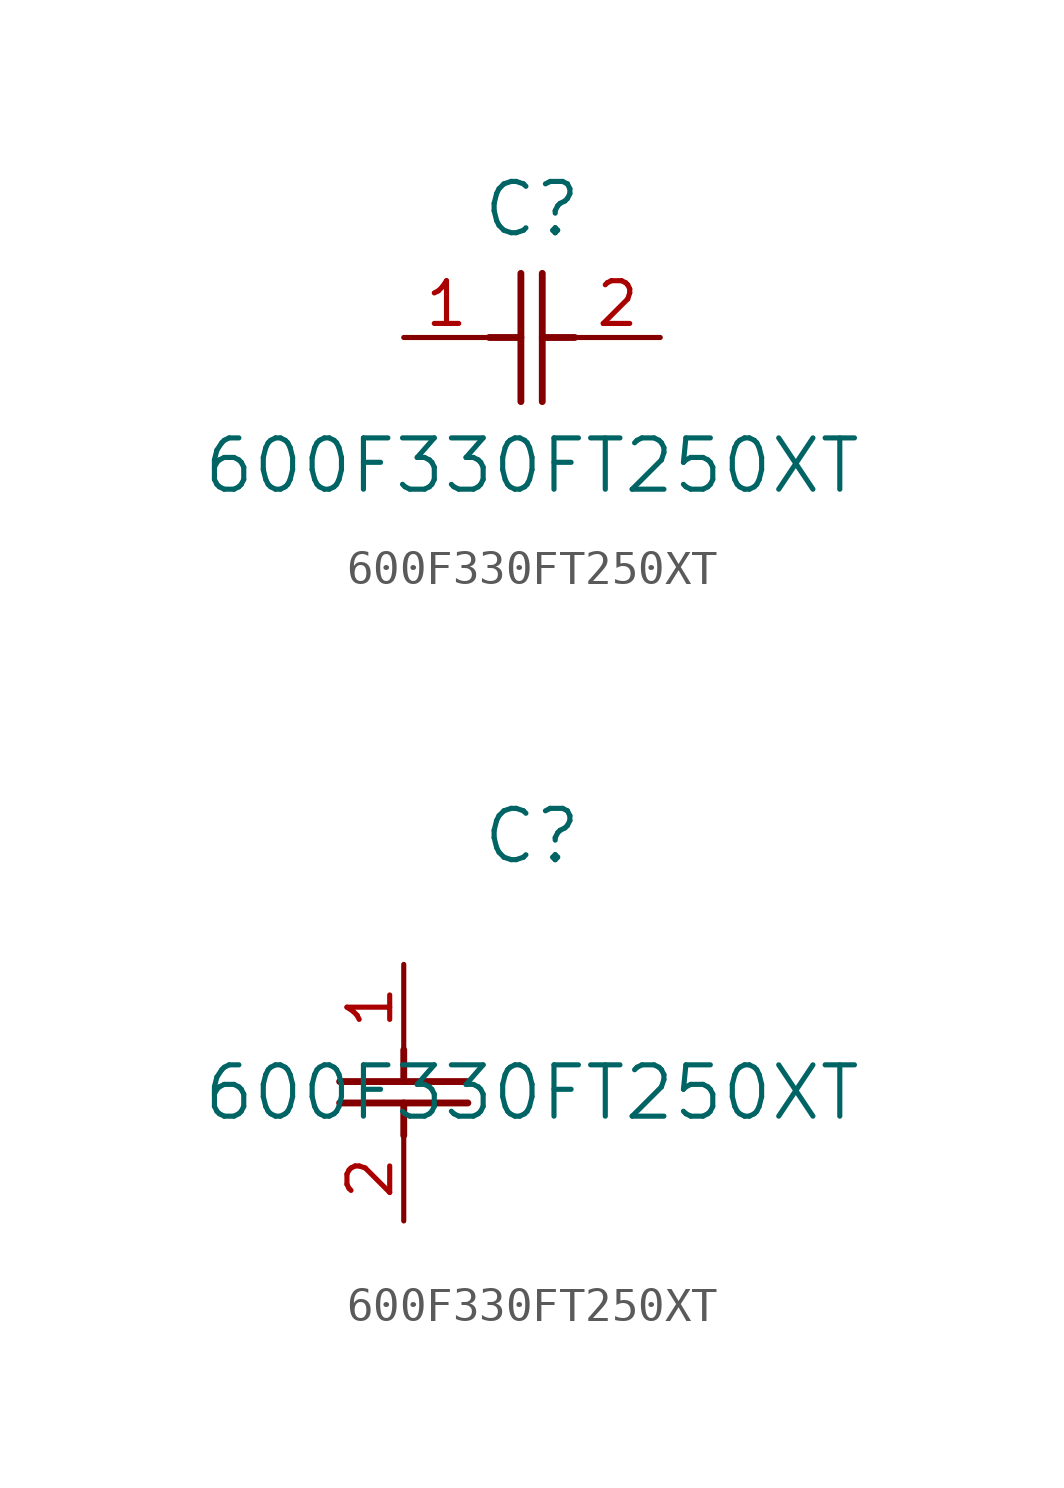
<source format=kicad_sym>
(kicad_symbol_lib
  (version 20211014)
  (generator kicad_symbol_editor)
  (symbol "600F330FT250XT"
    (pin_names
      (offset 0.254))
    (property "Reference" "C"
      (at 3.81 3.81 0)
      (effects (font (size 1.524 1.524))))
    (property "Value" "600F330FT250XT"
      (at 3.81 -3.81 0)
      (effects (font (size 1.524 1.524))))
    (symbol "600F330FT250XT_1_1"
      (polyline (pts (xy 3.48 -1.905) (xy 3.48 1.905)) (stroke (width 0.203) (type default) (color 0 0 0 0)) (fill (type none)))
      (polyline (pts (xy 4.115 -1.905) (xy 4.115 1.905)) (stroke (width 0.203) (type default) (color 0 0 0 0)) (fill (type none)))
      (polyline (pts (xy 4.115 0) (xy 5.08 0)) (stroke (width 0.203) (type default) (color 0 0 0 0)) (fill (type none)))
      (polyline (pts (xy 2.54 0) (xy 3.48 0)) (stroke (width 0.203) (type default) (color 0 0 0 0)) (fill (type none)))
      (pin unspecified line (at 0 0 0) (length 2.54) (name "" (effects (font (size 1.27 1.27)))) (number "1" (effects (font (size 1.27 1.27)))))
      (pin unspecified line (at 7.62 0 180) (length 2.54) (name "" (effects (font (size 1.27 1.27)))) (number "2" (effects (font (size 1.27 1.27))))))
    (symbol "600F330FT250XT_1_2"
      (polyline (pts (xy -1.905 -3.48) (xy 1.905 -3.48)) (stroke (width 0.203) (type default) (color 0 0 0 0)) (fill (type none)))
      (polyline (pts (xy -1.905 -4.115) (xy 1.905 -4.115)) (stroke (width 0.203) (type default) (color 0 0 0 0)) (fill (type none)))
      (polyline (pts (xy 0 -4.115) (xy 0 -5.08)) (stroke (width 0.203) (type default) (color 0 0 0 0)) (fill (type none)))
      (polyline (pts (xy 0 -2.54) (xy 0 -3.48)) (stroke (width 0.203) (type default) (color 0 0 0 0)) (fill (type none)))
      (pin unspecified line (at 0 0 270) (length 2.54) (name "" (effects (font (size 1.27 1.27)))) (number "1" (effects (font (size 1.27 1.27)))))
      (pin unspecified line (at 0 -7.62 90) (length 2.54) (name "" (effects (font (size 1.27 1.27)))) (number "2" (effects (font (size 1.27 1.27))))))))
</source>
